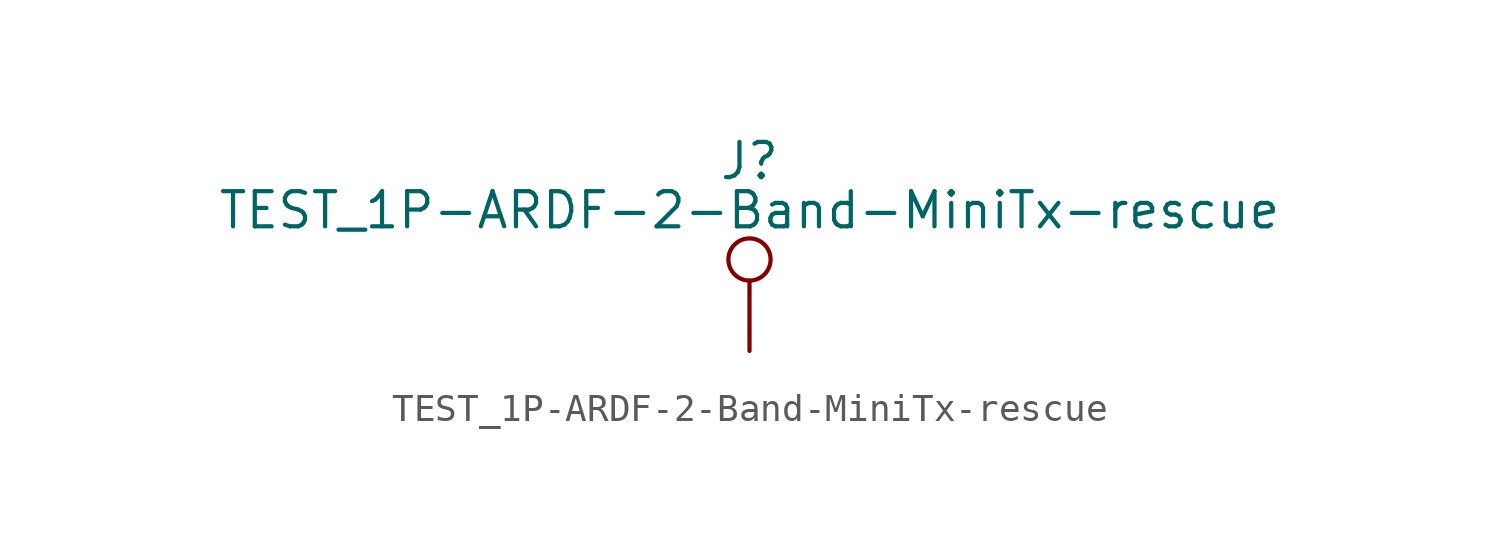
<source format=kicad_sym>
(kicad_symbol_lib
  (version 20211014)
  (generator kicad_symbol_editor)
  (symbol "TEST_1P-ARDF-2-Band-MiniTx-rescue"
    (pin_numbers hide)
    (pin_names
      (offset 0.762) hide)
    (property "Reference" "J"
      (at 0 6.858 0)
      (effects (font (size 1.27 1.27))))
    (property "Value" "TEST_1P-ARDF-2-Band-MiniTx-rescue"
      (at 0 5.08 0)
      (effects (font (size 1.27 1.27))))
    (symbol "TEST_1P-ARDF-2-Band-MiniTx-rescue_0_1"
      (circle (center 0 3.302) (radius 0.762) (stroke (width 0) (type default) (color 0 0 0 0)) (fill (type none))))
    (symbol "TEST_1P-ARDF-2-Band-MiniTx-rescue_1_1"
      (pin passive line (at 0 0 90) (length 2.54) (name "1" (effects (font (size 1.27 1.27)))) (number "1" (effects (font (size 1.27 1.27))))))))
</source>
